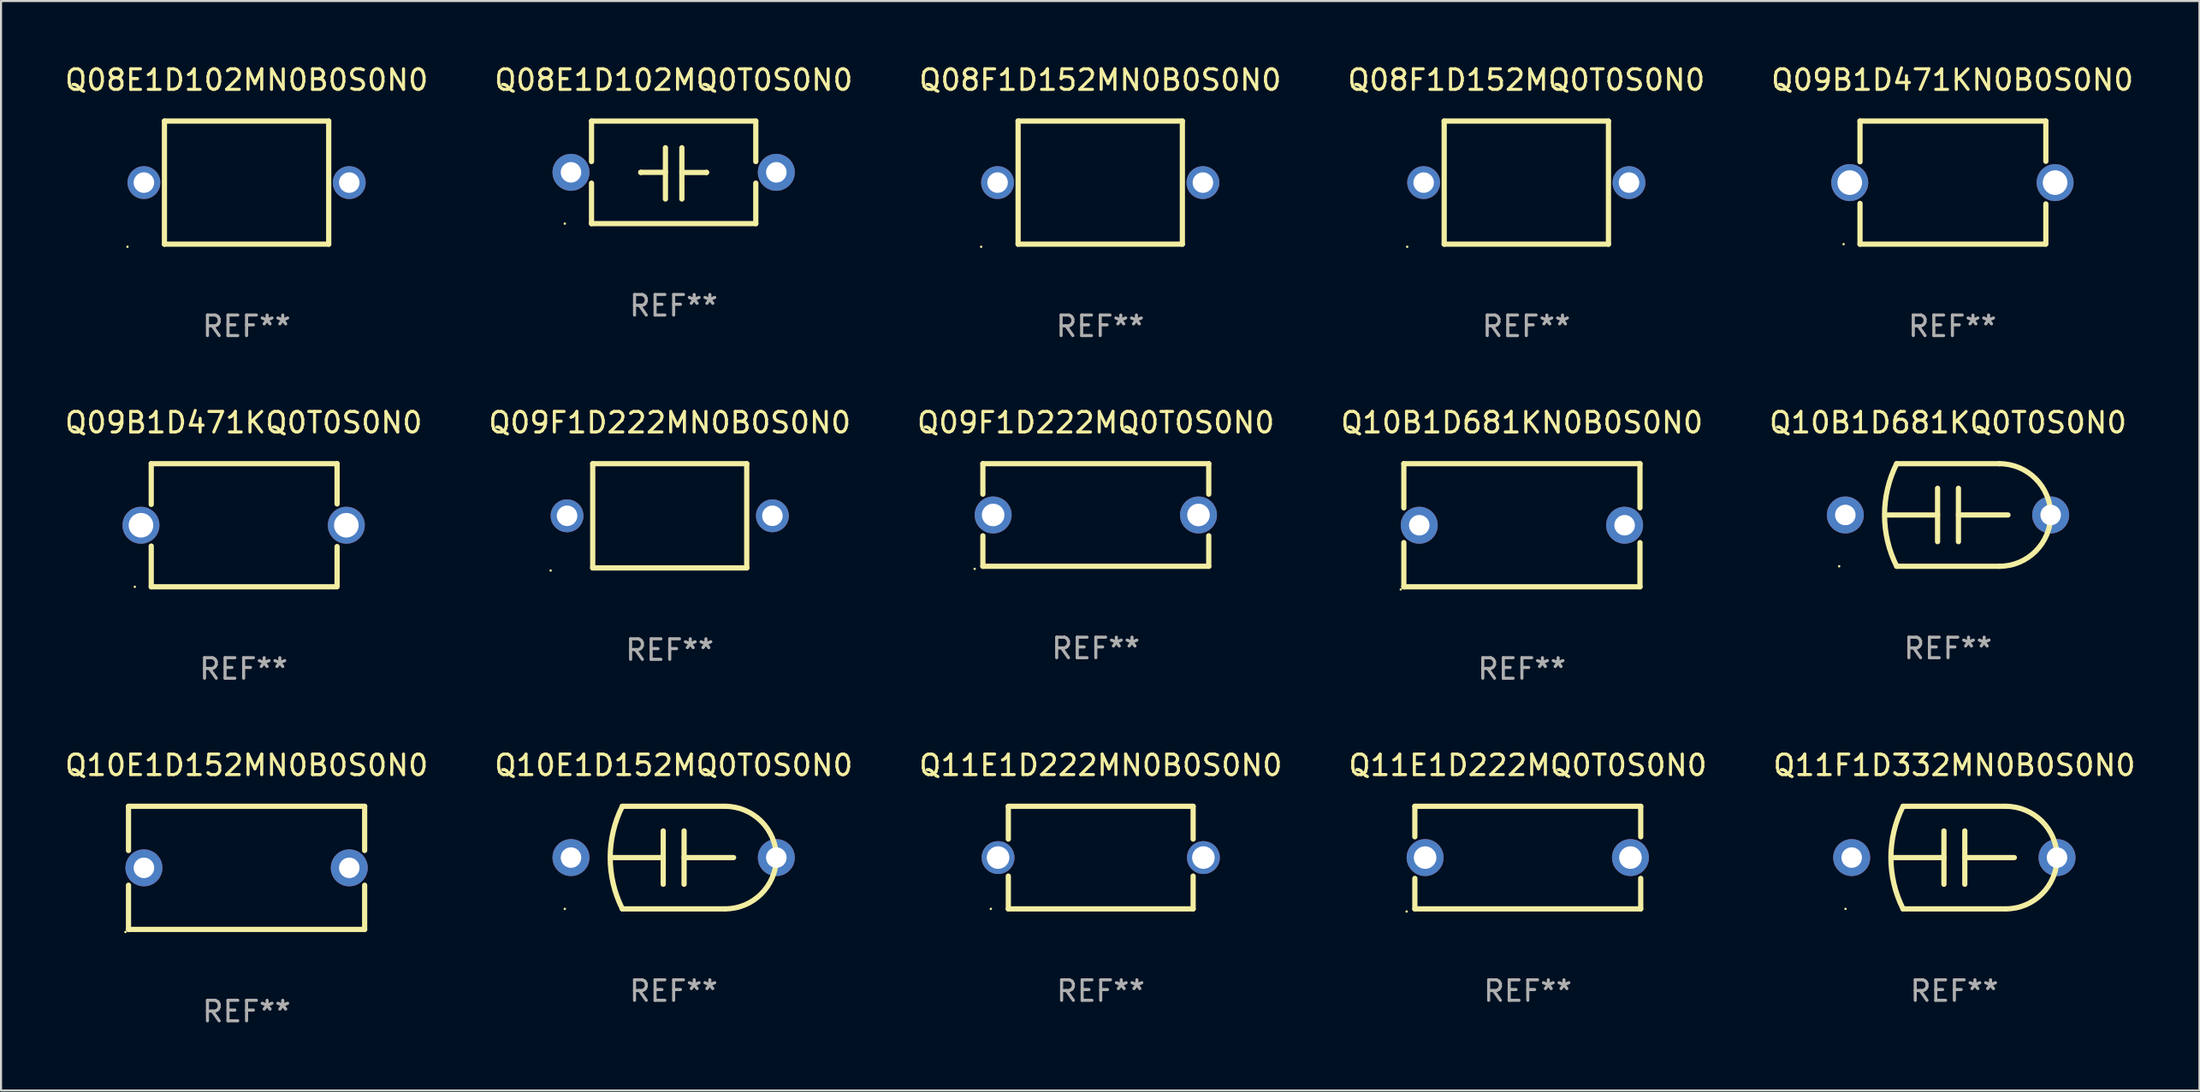
<source format=kicad_pcb>
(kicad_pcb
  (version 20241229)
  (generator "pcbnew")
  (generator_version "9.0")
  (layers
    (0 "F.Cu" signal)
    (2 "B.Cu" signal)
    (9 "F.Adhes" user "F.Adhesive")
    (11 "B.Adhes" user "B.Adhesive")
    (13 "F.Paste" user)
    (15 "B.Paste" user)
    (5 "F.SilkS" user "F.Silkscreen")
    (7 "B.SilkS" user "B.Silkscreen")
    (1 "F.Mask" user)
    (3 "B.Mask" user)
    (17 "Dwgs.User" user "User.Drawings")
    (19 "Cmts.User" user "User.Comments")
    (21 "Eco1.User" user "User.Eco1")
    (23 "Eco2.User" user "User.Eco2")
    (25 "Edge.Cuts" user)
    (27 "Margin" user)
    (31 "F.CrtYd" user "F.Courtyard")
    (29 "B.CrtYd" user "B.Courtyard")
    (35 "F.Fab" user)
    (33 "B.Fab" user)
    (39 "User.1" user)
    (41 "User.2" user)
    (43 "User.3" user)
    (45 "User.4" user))
  (footprint "Q10B1D681KQ0T0S0N0"
    (layer "F.Cu")
    (at 91.815 22.045)
    (property "Reference" "Q10B1D681KQ0T0S0N0" (at 0 -4.5 0) (layer "F.SilkS") (effects (font (size 1 1) (thickness 0.15))))
    (attr through_hole)
    (fp_line (start -2.5 -2.5) (end 2.5 -2.5) (stroke (width 0.254) (type solid)) (layer "F.SilkS"))
    (fp_line (start -0.508 -1.3) (end -0.508 1.3) (stroke (width 0.254) (type solid)) (layer "F.SilkS"))
    (fp_line (start -0.508 0.000305) (end -2.921 0.000305) (stroke (width 0.254) (type solid)) (layer "F.SilkS"))
    (fp_line (start 0.508 -0.000305) (end 2.921 -0.000305) (stroke (width 0.254) (type solid)) (layer "F.SilkS"))
    (fp_line (start 0.508 1.3) (end 0.508 -1.3) (stroke (width 0.254) (type solid)) (layer "F.SilkS"))
    (fp_line (start 2.5 2.5) (end -2.5 2.5) (stroke (width 0.254) (type solid)) (layer "F.SilkS"))
    (fp_arc (start -2.499365 2.499365) (mid -3.089676 -0.000243) (end -2.5 -2.5) (stroke (width 0.254001) (type solid)) (layer "F.SilkS"))
    (fp_arc (start 2.499366 -2.499364) (mid 4.99906 0.000001) (end 2.5 2.5) (stroke (width 0.254001) (type solid)) (layer "F.SilkS"))
    (fp_circle (center -5.3 2.5) (end -5.27 2.5) (stroke (width 0.06) (type solid)) (fill no) (layer "F.SilkS"))
    (fp_text user "REF**" (at 0 6.5 0) (layer "F.Fab") (effects (font (size 1 1) (thickness 0.15))))
    (pad "1" thru_hole circle (at -5 0) (size 1.8 1.8) (drill 1) (layers "*.Cu" "*.Mask"))
    (pad "2" thru_hole circle (at 5 0) (size 1.8 1.8) (drill 1) (layers "*.Cu" "*.Mask")))
  (footprint "Q10B1D681KN0B0S0N0"
    (layer "F.Cu")
    (at 71.065 22.545)
    (property "Reference" "Q10B1D681KN0B0S0N0" (at 0 -5 0) (layer "F.SilkS") (effects (font (size 1 1) (thickness 0.15))))
    (attr through_hole)
    (fp_line (start -5.75 -3) (end -5.75 -0.845) (stroke (width 0.254) (type solid)) (layer "F.SilkS"))
    (fp_line (start -5.75 -3) (end 5.75 -3) (stroke (width 0.254) (type solid)) (layer "F.SilkS"))
    (fp_line (start -5.75 0.845) (end -5.75 3) (stroke (width 0.254) (type solid)) (layer "F.SilkS"))
    (fp_line (start 5.75 -3) (end 5.75 -0.847) (stroke (width 0.254) (type solid)) (layer "F.SilkS"))
    (fp_line (start 5.75 0.847) (end 5.75 3) (stroke (width 0.254) (type solid)) (layer "F.SilkS"))
    (fp_line (start 5.75 3) (end -5.75 3) (stroke (width 0.254) (type solid)) (layer "F.SilkS"))
    (fp_circle (center -5.899 3.127) (end -5.869 3.127) (stroke (width 0.06) (type solid)) (fill no) (layer "F.SilkS"))
    (fp_text user "REF**" (at 0 7 0) (layer "F.Fab") (effects (font (size 1 1) (thickness 0.15))))
    (pad "1" thru_hole circle (at -4.999 0) (size 1.8 1.8) (drill 1) (layers "*.Cu" "*.Mask"))
    (pad "2" thru_hole circle (at 5.001 0) (size 1.8 1.8) (drill 1) (layers "*.Cu" "*.Mask")))
  (footprint "Q09F1D222MN0B0S0N0"
    (layer "F.Cu")
    (at 29.565 22.085)
    (property "Reference" "Q09F1D222MN0B0S0N0" (at 0 -4.54 0) (layer "F.SilkS") (effects (font (size 1 1) (thickness 0.15))))
    (attr through_hole)
    (fp_line (start -3.75 -2.54) (end 3.75 -2.54) (stroke (width 0.254) (type solid)) (layer "F.SilkS"))
    (fp_line (start -3.75 2.54) (end -3.75 -2.54) (stroke (width 0.254) (type solid)) (layer "F.SilkS"))
    (fp_line (start 3.75 -2.54) (end 3.75 2.54) (stroke (width 0.254) (type solid)) (layer "F.SilkS"))
    (fp_line (start 3.75 2.54) (end -3.75 2.54) (stroke (width 0.254) (type solid)) (layer "F.SilkS"))
    (fp_circle (center -5.8 2.667) (end -5.77 2.667) (stroke (width 0.06) (type solid)) (fill no) (layer "F.SilkS"))
    (fp_text user "REF**" (at 0 6.54 0) (layer "F.Fab") (effects (font (size 1 1) (thickness 0.15))))
    (pad "1" thru_hole circle (at -5 0) (size 1.6 1.6) (drill 1) (layers "*.Cu" "*.Mask"))
    (pad "2" thru_hole circle (at 5 0) (size 1.6 1.6) (drill 1) (layers "*.Cu" "*.Mask")))
  (footprint "Q08F1D152MN0B0S0N0"
    (layer "F.Cu")
    (at 50.53 5.848)
    (property "Reference" "Q08F1D152MN0B0S0N0" (at 0 -5 0) (layer "F.SilkS") (effects (font (size 1 1) (thickness 0.15))))
    (attr through_hole)
    (fp_line (start -4 -3) (end -4 3) (stroke (width 0.254) (type solid)) (layer "F.SilkS"))
    (fp_line (start -4 -3) (end 4 -3) (stroke (width 0.254) (type solid)) (layer "F.SilkS"))
    (fp_line (start -4 3) (end 4 3) (stroke (width 0.254) (type solid)) (layer "F.SilkS"))
    (fp_line (start 4 -3) (end 4 3) (stroke (width 0.254) (type solid)) (layer "F.SilkS"))
    (fp_circle (center -5.8 3.127) (end -5.77 3.127) (stroke (width 0.06) (type solid)) (fill no) (layer "F.SilkS"))
    (fp_text user "REF**" (at 0 7 0) (layer "F.Fab") (effects (font (size 1 1) (thickness 0.15))))
    (pad "1" thru_hole circle (at -5 0) (size 1.6 1.6) (drill 1) (layers "*.Cu" "*.Mask"))
    (pad "2" thru_hole circle (at 5 0) (size 1.6 1.6) (drill 1) (layers "*.Cu" "*.Mask")))
  (footprint "Q09F1D222MQ0T0S0N0"
    (layer "F.Cu")
    (at 50.315 22.045)
    (property "Reference" "Q09F1D222MQ0T0S0N0" (at 0 -4.5 0) (layer "F.SilkS") (effects (font (size 1 1) (thickness 0.15))))
    (attr through_hole)
    (fp_line (start -5.5 -2.5) (end -5.5 -1.014) (stroke (width 0.254) (type solid)) (layer "F.SilkS"))
    (fp_line (start -5.5 -2.5) (end 5.5 -2.5) (stroke (width 0.254) (type solid)) (layer "F.SilkS"))
    (fp_line (start -5.5 1.014) (end -5.5 2.5) (stroke (width 0.254) (type solid)) (layer "F.SilkS"))
    (fp_line (start 5.5 -1.014) (end 5.5 -2.5) (stroke (width 0.254) (type solid)) (layer "F.SilkS"))
    (fp_line (start 5.5 2.5) (end -5.5 2.5) (stroke (width 0.254) (type solid)) (layer "F.SilkS"))
    (fp_line (start 5.5 2.5) (end 5.5 1.014) (stroke (width 0.254) (type solid)) (layer "F.SilkS"))
    (fp_circle (center -5.9 2.627) (end -5.87 2.627) (stroke (width 0.06) (type solid)) (fill no) (layer "F.SilkS"))
    (fp_text user "REF**" (at 0 6.5 0) (layer "F.Fab") (effects (font (size 1 1) (thickness 0.15))))
    (pad "1" thru_hole circle (at -5 0) (size 1.8 1.8) (drill 1.1) (layers "*.Cu" "*.Mask"))
    (pad "2" thru_hole circle (at 5 0) (size 1.8 1.8) (drill 1.1) (layers "*.Cu" "*.Mask")))
  (footprint "Q11F1D332MN0B0S0N0"
    (layer "F.Cu")
    (at 92.125 38.741)
    (property "Reference" "Q11F1D332MN0B0S0N0" (at 0 -4.5 0) (layer "F.SilkS") (effects (font (size 1 1) (thickness 0.15))))
    (attr through_hole)
    (fp_line (start -2.5 -2.5) (end 2.5 -2.5) (stroke (width 0.254) (type solid)) (layer "F.SilkS"))
    (fp_line (start -0.508 -1.3) (end -0.508 1.3) (stroke (width 0.254) (type solid)) (layer "F.SilkS"))
    (fp_line (start -0.508 0.000305) (end -2.921 0.000305) (stroke (width 0.254) (type solid)) (layer "F.SilkS"))
    (fp_line (start 0.508 -0.000305) (end 2.921 -0.000305) (stroke (width 0.254) (type solid)) (layer "F.SilkS"))
    (fp_line (start 0.508 1.3) (end 0.508 -1.3) (stroke (width 0.254) (type solid)) (layer "F.SilkS"))
    (fp_line (start 2.5 2.5) (end -2.5 2.5) (stroke (width 0.254) (type solid)) (layer "F.SilkS"))
    (fp_arc (start -2.499365 2.499365) (mid -3.089676 -0.000243) (end -2.5 -2.5) (stroke (width 0.254001) (type solid)) (layer "F.SilkS"))
    (fp_arc (start 2.499366 -2.499364) (mid 4.99906 0.000001) (end 2.5 2.5) (stroke (width 0.254001) (type solid)) (layer "F.SilkS"))
    (fp_circle (center -5.3 2.5) (end -5.27 2.5) (stroke (width 0.06) (type solid)) (fill no) (layer "F.SilkS"))
    (fp_text user "REF**" (at 0 6.5 0) (layer "F.Fab") (effects (font (size 1 1) (thickness 0.15))))
    (pad "1" thru_hole circle (at -5 0) (size 1.8 1.8) (drill 1) (layers "*.Cu" "*.Mask"))
    (pad "2" thru_hole circle (at 5 0) (size 1.8 1.8) (drill 1) (layers "*.Cu" "*.Mask")))
  (footprint "Q08F1D152MQ0T0S0N0"
    (layer "F.Cu")
    (at 71.28 5.848)
    (property "Reference" "Q08F1D152MQ0T0S0N0" (at 0 -5 0) (layer "F.SilkS") (effects (font (size 1 1) (thickness 0.15))))
    (attr through_hole)
    (fp_line (start -4 -3) (end -4 3) (stroke (width 0.254) (type solid)) (layer "F.SilkS"))
    (fp_line (start -4 -3) (end 4 -3) (stroke (width 0.254) (type solid)) (layer "F.SilkS"))
    (fp_line (start -4 3) (end 4 3) (stroke (width 0.254) (type solid)) (layer "F.SilkS"))
    (fp_line (start 4 -3) (end 4 3) (stroke (width 0.254) (type solid)) (layer "F.SilkS"))
    (fp_circle (center -5.8 3.127) (end -5.77 3.127) (stroke (width 0.06) (type solid)) (fill no) (layer "F.SilkS"))
    (fp_text user "REF**" (at 0 7 0) (layer "F.Fab") (effects (font (size 1 1) (thickness 0.15))))
    (pad "1" thru_hole circle (at -5 0) (size 1.6 1.6) (drill 1) (layers "*.Cu" "*.Mask"))
    (pad "2" thru_hole circle (at 5 0) (size 1.6 1.6) (drill 1) (layers "*.Cu" "*.Mask")))
  (footprint "Q09B1D471KQ0T0S0N0"
    (layer "F.Cu")
    (at 8.815 22.545)
    (property "Reference" "Q09B1D471KQ0T0S0N0" (at 0 -5 0) (layer "F.SilkS") (effects (font (size 1 1) (thickness 0.15))))
    (attr through_hole)
    (fp_line (start -4.5 -3) (end -4.5 -1.014) (stroke (width 0.254) (type solid)) (layer "F.SilkS"))
    (fp_line (start -4.5 -3) (end 4.55 -3) (stroke (width 0.254) (type solid)) (layer "F.SilkS"))
    (fp_line (start -4.5 1.014) (end -4.5 3) (stroke (width 0.254) (type solid)) (layer "F.SilkS"))
    (fp_line (start -4.5 3) (end 4.5 3) (stroke (width 0.254) (type solid)) (layer "F.SilkS"))
    (fp_line (start 4.55 -3) (end 4.55 -1.038) (stroke (width 0.254) (type solid)) (layer "F.SilkS"))
    (fp_line (start 4.55 1.038) (end 4.55 3) (stroke (width 0.254) (type solid)) (layer "F.SilkS"))
    (fp_circle (center -5.3 3) (end -5.27 3) (stroke (width 0.06) (type solid)) (fill no) (layer "F.SilkS"))
    (fp_text user "REF**" (at 0 7 0) (layer "F.Fab") (effects (font (size 1 1) (thickness 0.15))))
    (pad "1" thru_hole circle (at -5 0) (size 1.8 1.8) (drill 1.2) (layers "*.Cu" "*.Mask"))
    (pad "2" thru_hole circle (at 5 0) (size 1.8 1.8) (drill 1.2) (layers "*.Cu" "*.Mask")))
  (footprint "Q10E1D152MQ0T0S0N0"
    (layer "F.Cu")
    (at 29.756 38.741)
    (property "Reference" "Q10E1D152MQ0T0S0N0" (at 0 -4.5 0) (layer "F.SilkS") (effects (font (size 1 1) (thickness 0.15))))
    (attr through_hole)
    (fp_line (start -2.5 -2.5) (end 2.5 -2.5) (stroke (width 0.254) (type solid)) (layer "F.SilkS"))
    (fp_line (start -0.508 -1.3) (end -0.508 1.3) (stroke (width 0.254) (type solid)) (layer "F.SilkS"))
    (fp_line (start -0.508 0.000305) (end -2.921 0.000305) (stroke (width 0.254) (type solid)) (layer "F.SilkS"))
    (fp_line (start 0.508 -0.000305) (end 2.921 -0.000305) (stroke (width 0.254) (type solid)) (layer "F.SilkS"))
    (fp_line (start 0.508 1.3) (end 0.508 -1.3) (stroke (width 0.254) (type solid)) (layer "F.SilkS"))
    (fp_line (start 2.5 2.5) (end -2.5 2.5) (stroke (width 0.254) (type solid)) (layer "F.SilkS"))
    (fp_arc (start -2.499365 2.499365) (mid -3.089676 -0.000243) (end -2.5 -2.5) (stroke (width 0.254001) (type solid)) (layer "F.SilkS"))
    (fp_arc (start 2.499366 -2.499364) (mid 4.99906 0.000001) (end 2.5 2.5) (stroke (width 0.254001) (type solid)) (layer "F.SilkS"))
    (fp_circle (center -5.3 2.5) (end -5.27 2.5) (stroke (width 0.06) (type solid)) (fill no) (layer "F.SilkS"))
    (fp_text user "REF**" (at 0 6.5 0) (layer "F.Fab") (effects (font (size 1 1) (thickness 0.15))))
    (pad "1" thru_hole circle (at -5 0) (size 1.8 1.8) (drill 1) (layers "*.Cu" "*.Mask"))
    (pad "2" thru_hole circle (at 5 0) (size 1.8 1.8) (drill 1) (layers "*.Cu" "*.Mask")))
  (footprint "Q08E1D102MN0B0S0N0"
    (layer "F.Cu")
    (at 8.958 5.848)
    (property "Reference" "Q08E1D102MN0B0S0N0" (at 0 -5 0) (layer "F.SilkS") (effects (font (size 1 1) (thickness 0.15))))
    (attr through_hole)
    (fp_line (start -4 -3) (end -4 3) (stroke (width 0.254) (type solid)) (layer "F.SilkS"))
    (fp_line (start -4 -3) (end 4 -3) (stroke (width 0.254) (type solid)) (layer "F.SilkS"))
    (fp_line (start -4 3) (end 4 3) (stroke (width 0.254) (type solid)) (layer "F.SilkS"))
    (fp_line (start 4 -3) (end 4 3) (stroke (width 0.254) (type solid)) (layer "F.SilkS"))
    (fp_circle (center -5.8 3.127) (end -5.77 3.127) (stroke (width 0.06) (type solid)) (fill no) (layer "F.SilkS"))
    (fp_text user "REF**" (at 0 7 0) (layer "F.Fab") (effects (font (size 1 1) (thickness 0.15))))
    (pad "1" thru_hole circle (at -5 0) (size 1.6 1.6) (drill 1) (layers "*.Cu" "*.Mask"))
    (pad "2" thru_hole circle (at 5 0) (size 1.6 1.6) (drill 1) (layers "*.Cu" "*.Mask")))
  (footprint "Q11E1D222MQ0T0S0N0"
    (layer "F.Cu")
    (at 71.351 38.741)
    (property "Reference" "Q11E1D222MQ0T0S0N0" (at 0 -4.5 0) (layer "F.SilkS") (effects (font (size 1 1) (thickness 0.15))))
    (attr through_hole)
    (fp_line (start -5.5 -2.5) (end -5.5 -1.014) (stroke (width 0.254) (type solid)) (layer "F.SilkS"))
    (fp_line (start -5.5 -2.5) (end 5.5 -2.5) (stroke (width 0.254) (type solid)) (layer "F.SilkS"))
    (fp_line (start -5.5 1.014) (end -5.5 2.5) (stroke (width 0.254) (type solid)) (layer "F.SilkS"))
    (fp_line (start 5.5 -1.014) (end 5.5 -2.5) (stroke (width 0.254) (type solid)) (layer "F.SilkS"))
    (fp_line (start 5.5 2.5) (end -5.5 2.5) (stroke (width 0.254) (type solid)) (layer "F.SilkS"))
    (fp_line (start 5.5 2.5) (end 5.5 1.014) (stroke (width 0.254) (type solid)) (layer "F.SilkS"))
    (fp_circle (center -5.9 2.627) (end -5.87 2.627) (stroke (width 0.06) (type solid)) (fill no) (layer "F.SilkS"))
    (fp_text user "REF**" (at 0 6.5 0) (layer "F.Fab") (effects (font (size 1 1) (thickness 0.15))))
    (pad "1" thru_hole circle (at -5 0) (size 1.8 1.8) (drill 1.1) (layers "*.Cu" "*.Mask"))
    (pad "2" thru_hole circle (at 5 0) (size 1.8 1.8) (drill 1.1) (layers "*.Cu" "*.Mask")))
  (footprint "Q08E1D102MQ0T0S0N0"
    (layer "F.Cu")
    (at 29.756 5.348)
    (property "Reference" "Q08E1D102MQ0T0S0N0" (at 0 -4.499 0) (layer "F.SilkS") (effects (font (size 1 1) (thickness 0.15))))
    (attr through_hole)
    (fp_line (start -4 -2.499) (end -4 -0.526) (stroke (width 0.254) (type solid)) (layer "F.SilkS"))
    (fp_line (start -4 -2.499) (end 4 -2.499) (stroke (width 0.254) (type solid)) (layer "F.SilkS"))
    (fp_line (start -4 0.526) (end -4 2.499) (stroke (width 0.254) (type solid)) (layer "F.SilkS"))
    (fp_line (start -1.6 0) (end -1.6 0.007) (stroke (width 0.254) (type solid)) (layer "F.SilkS"))
    (fp_line (start -0.4 0) (end -1.6 0) (stroke (width 0.254) (type solid)) (layer "F.SilkS"))
    (fp_line (start -0.4 1.3) (end -0.4 -1.2) (stroke (width 0.254) (type solid)) (layer "F.SilkS"))
    (fp_line (start 0.4 -1.2) (end 0.4 1.3) (stroke (width 0.254) (type solid)) (layer "F.SilkS"))
    (fp_line (start 0.4 0.007) (end 1.6 0.007) (stroke (width 0.254) (type solid)) (layer "F.SilkS"))
    (fp_line (start 1.6 0.007) (end 1.6 0) (stroke (width 0.254) (type solid)) (layer "F.SilkS"))
    (fp_line (start 4 -2.499) (end 4 -0.526) (stroke (width 0.254) (type solid)) (layer "F.SilkS"))
    (fp_line (start 4 0.526) (end 4 2.499) (stroke (width 0.254) (type solid)) (layer "F.SilkS"))
    (fp_line (start 4 2.499) (end -4 2.499) (stroke (width 0.254) (type solid)) (layer "F.SilkS"))
    (fp_circle (center -5.3 2.5) (end -5.27 2.5) (stroke (width 0.06) (type solid)) (fill no) (layer "F.SilkS"))
    (fp_text user "REF**" (at 0 6.499 0) (layer "F.Fab") (effects (font (size 1 1) (thickness 0.15))))
    (pad "1" thru_hole circle (at -5 0) (size 1.8 1.8) (drill 1) (layers "*.Cu" "*.Mask"))
    (pad "2" thru_hole circle (at 5 0) (size 1.8 1.8) (drill 1) (layers "*.Cu" "*.Mask")))
  (footprint "Q11E1D222MN0B0S0N0"
    (layer "F.Cu")
    (at 50.554 38.741)
    (property "Reference" "Q11E1D222MN0B0S0N0" (at 0 -4.5 0) (layer "F.SilkS") (effects (font (size 1 1) (thickness 0.15))))
    (attr through_hole)
    (fp_line (start -4.5 -2.5) (end 4.5 -2.5) (stroke (width 0.254) (type solid)) (layer "F.SilkS"))
    (fp_line (start -4.5 -0.901) (end -4.5 -2.5) (stroke (width 0.254) (type solid)) (layer "F.SilkS"))
    (fp_line (start -4.5 2.5) (end -4.5 0.901) (stroke (width 0.254) (type solid)) (layer "F.SilkS"))
    (fp_line (start -4.5 2.5) (end 4.5 2.5) (stroke (width 0.254) (type solid)) (layer "F.SilkS"))
    (fp_line (start 4.5 -0.901) (end 4.5 -2.5) (stroke (width 0.254) (type solid)) (layer "F.SilkS"))
    (fp_line (start 4.5 2.5) (end 4.5 0.901) (stroke (width 0.254) (type solid)) (layer "F.SilkS"))
    (fp_circle (center -5.35 2.5) (end -5.32 2.5) (stroke (width 0.06) (type solid)) (fill no) (layer "F.SilkS"))
    (fp_text user "REF**" (at 0 6.5 0) (layer "F.Fab") (effects (font (size 1 1) (thickness 0.15))))
    (pad "1" thru_hole circle (at -5 0) (size 1.6 1.6) (drill 1.1) (layers "*.Cu" "*.Mask"))
    (pad "2" thru_hole circle (at 5 0) (size 1.6 1.6) (drill 1.1) (layers "*.Cu" "*.Mask")))
  (footprint "Q09B1D471KN0B0S0N0"
    (layer "F.Cu")
    (at 92.03 5.848)
    (property "Reference" "Q09B1D471KN0B0S0N0" (at 0 -5 0) (layer "F.SilkS") (effects (font (size 1 1) (thickness 0.15))))
    (attr through_hole)
    (fp_line (start -4.5 -3) (end -4.5 -1.014) (stroke (width 0.254) (type solid)) (layer "F.SilkS"))
    (fp_line (start -4.5 -3) (end 4.55 -3) (stroke (width 0.254) (type solid)) (layer "F.SilkS"))
    (fp_line (start -4.5 1.014) (end -4.5 3) (stroke (width 0.254) (type solid)) (layer "F.SilkS"))
    (fp_line (start -4.5 3) (end 4.5 3) (stroke (width 0.254) (type solid)) (layer "F.SilkS"))
    (fp_line (start 4.55 -3) (end 4.55 -1.038) (stroke (width 0.254) (type solid)) (layer "F.SilkS"))
    (fp_line (start 4.55 1.038) (end 4.55 3) (stroke (width 0.254) (type solid)) (layer "F.SilkS"))
    (fp_circle (center -5.3 3) (end -5.27 3) (stroke (width 0.06) (type solid)) (fill no) (layer "F.SilkS"))
    (fp_text user "REF**" (at 0 7 0) (layer "F.Fab") (effects (font (size 1 1) (thickness 0.15))))
    (pad "1" thru_hole circle (at -5 0) (size 1.8 1.8) (drill 1.2) (layers "*.Cu" "*.Mask"))
    (pad "2" thru_hole circle (at 5 0) (size 1.8 1.8) (drill 1.2) (layers "*.Cu" "*.Mask")))
  (footprint "Q10E1D152MN0B0S0N0"
    (layer "F.Cu")
    (at 8.958 39.241)
    (property "Reference" "Q10E1D152MN0B0S0N0" (at 0 -5 0) (layer "F.SilkS") (effects (font (size 1 1) (thickness 0.15))))
    (attr through_hole)
    (fp_line (start -5.75 -3) (end -5.75 -0.845) (stroke (width 0.254) (type solid)) (layer "F.SilkS"))
    (fp_line (start -5.75 -3) (end 5.75 -3) (stroke (width 0.254) (type solid)) (layer "F.SilkS"))
    (fp_line (start -5.75 0.845) (end -5.75 3) (stroke (width 0.254) (type solid)) (layer "F.SilkS"))
    (fp_line (start 5.75 -3) (end 5.75 -0.847) (stroke (width 0.254) (type solid)) (layer "F.SilkS"))
    (fp_line (start 5.75 0.847) (end 5.75 3) (stroke (width 0.254) (type solid)) (layer "F.SilkS"))
    (fp_line (start 5.75 3) (end -5.75 3) (stroke (width 0.254) (type solid)) (layer "F.SilkS"))
    (fp_circle (center -5.899 3.127) (end -5.869 3.127) (stroke (width 0.06) (type solid)) (fill no) (layer "F.SilkS"))
    (fp_text user "REF**" (at 0 7 0) (layer "F.Fab") (effects (font (size 1 1) (thickness 0.15))))
    (pad "1" thru_hole circle (at -4.999 0) (size 1.8 1.8) (drill 1) (layers "*.Cu" "*.Mask"))
    (pad "2" thru_hole circle (at 5.001 0) (size 1.8 1.8) (drill 1) (layers "*.Cu" "*.Mask")))
  (gr_rect
    (start -3 -3)
    (end 104.06 50.09)
    (stroke (width 0.1) (type default))
    (fill no)
    (layer "Edge.Cuts")))
</source>
